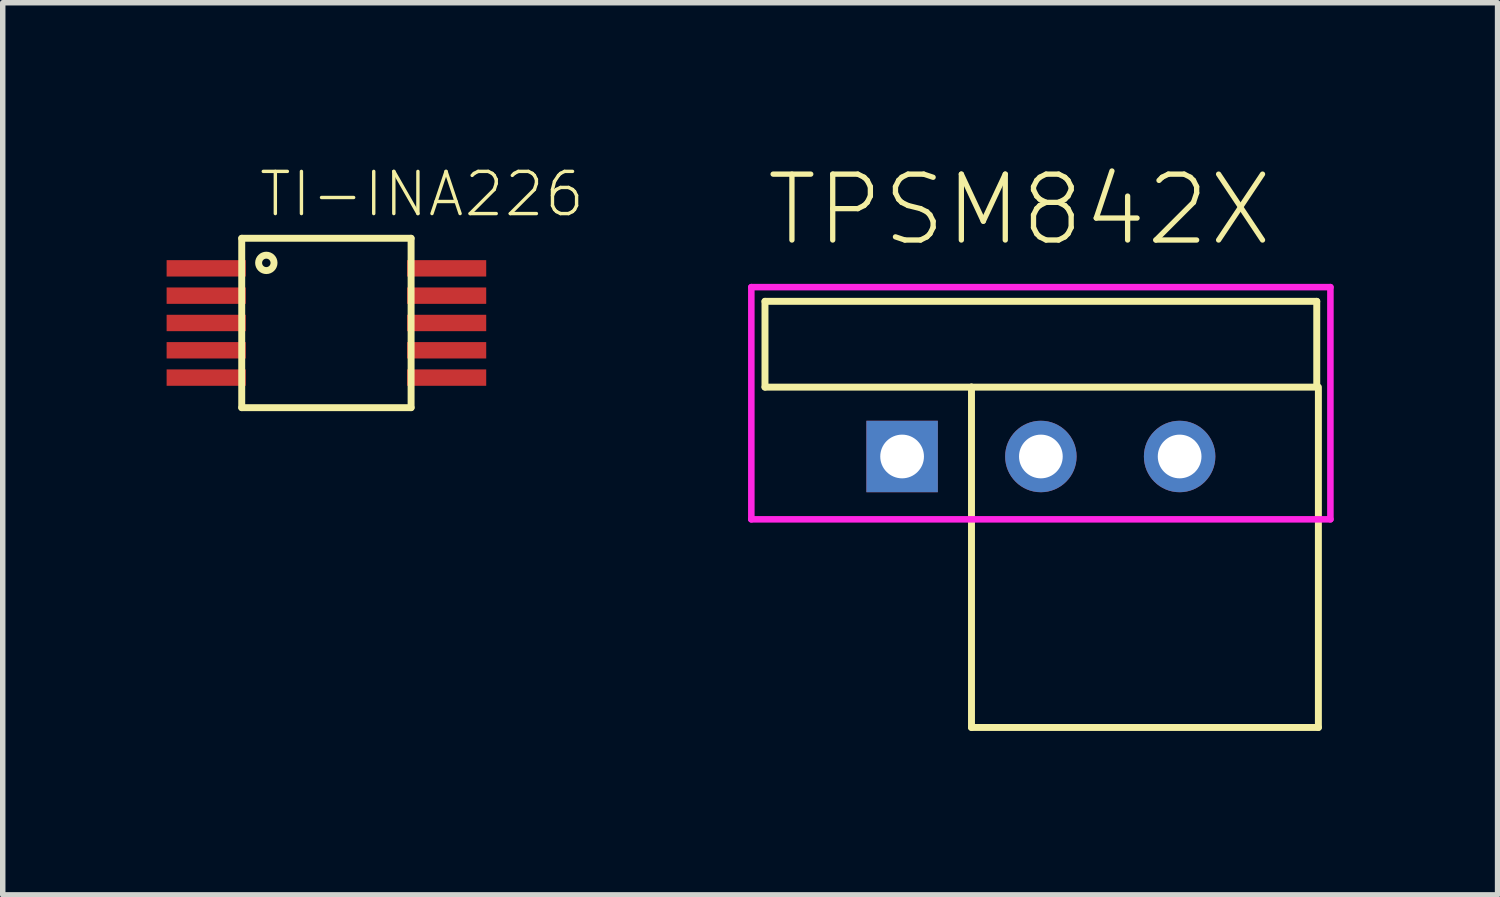
<source format=kicad_pcb>
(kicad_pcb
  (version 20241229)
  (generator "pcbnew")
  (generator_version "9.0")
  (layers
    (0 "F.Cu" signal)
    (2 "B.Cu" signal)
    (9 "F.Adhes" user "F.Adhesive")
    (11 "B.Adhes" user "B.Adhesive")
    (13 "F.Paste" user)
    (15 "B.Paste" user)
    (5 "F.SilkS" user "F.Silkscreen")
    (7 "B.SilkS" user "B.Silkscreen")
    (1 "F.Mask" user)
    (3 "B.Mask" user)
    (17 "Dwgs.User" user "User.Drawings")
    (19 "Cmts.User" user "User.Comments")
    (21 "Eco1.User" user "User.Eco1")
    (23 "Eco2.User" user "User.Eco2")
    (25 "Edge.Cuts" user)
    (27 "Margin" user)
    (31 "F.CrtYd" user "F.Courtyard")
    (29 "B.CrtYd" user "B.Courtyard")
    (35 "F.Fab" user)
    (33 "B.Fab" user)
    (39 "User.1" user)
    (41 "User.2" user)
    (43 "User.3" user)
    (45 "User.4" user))
  (footprint "TPSM842X"
    (layer "F.Cu")
    (at 16.003 5.306)
    (property "Reference" "TPSM842X" (at -5.08 -3.81 0) (layer "F.SilkS") (effects (font (size 1.206 1.206) (thickness 0.097)) (justify left bottom)))
    (attr through_hole)
    (fp_line (start -5.05 -2.84) (end -5.05 -1.27) (stroke (width 0.127) (type solid)) (layer "F.SilkS"))
    (fp_line (start -5.05 -1.27) (end -1.27 -1.27) (stroke (width 0.127) (type solid)) (layer "F.SilkS"))
    (fp_line (start -1.27 -1.27) (end -1.27 4.96) (stroke (width 0.127) (type solid)) (layer "F.SilkS"))
    (fp_line (start -1.27 -1.27) (end 5.05 -1.27) (stroke (width 0.127) (type solid)) (layer "F.SilkS"))
    (fp_line (start -1.27 4.96) (end 5.08 4.96) (stroke (width 0.127) (type solid)) (layer "F.SilkS"))
    (fp_line (start 5.05 -2.84) (end -5.05 -2.84) (stroke (width 0.127) (type solid)) (layer "F.SilkS"))
    (fp_line (start 5.05 -1.27) (end 5.05 -2.84) (stroke (width 0.127) (type solid)) (layer "F.SilkS"))
    (fp_line (start 5.08 4.96) (end 5.08 -1.27) (stroke (width 0.127) (type solid)) (layer "F.SilkS"))
    (fp_line (start -5.3 -3.1) (end -5.3 1.15) (stroke (width 0.12) (type solid)) (layer "F.CrtYd"))
    (fp_line (start -5.3 1.15) (end 5.3 1.15) (stroke (width 0.12) (type solid)) (layer "F.CrtYd"))
    (fp_line (start 5.3 -3.1) (end -5.3 -3.1) (stroke (width 0.12) (type solid)) (layer "F.CrtYd"))
    (fp_line (start 5.3 1.15) (end 5.3 -3.1) (stroke (width 0.12) (type solid)) (layer "F.CrtYd"))
    (pad "P$1" thru_hole rect (at -2.54 0) (size 1.308 1.308) (drill 0.8) (layers "*.Cu" "*.Mask"))
    (pad "P$2" thru_hole circle (at 0 0) (size 1.308 1.308) (drill 0.8) (layers "*.Cu" "*.Mask"))
    (pad "P$3" thru_hole circle (at 2.54 0) (size 1.308 1.308) (drill 0.8) (layers "*.Cu" "*.Mask")))
  (footprint "TI-INA226"
    (layer "F.Cu")
    (at 2.925 2.862)
    (property "Reference" "TI-INA226" (at -1.27 -1.905 0) (layer "F.SilkS") (effects (font (size 0.772 0.772) (thickness 0.062)) (justify left bottom)))
    (attr through_hole)
    (fp_line (start -1.55 -1.55) (end -1.55 1.55) (stroke (width 0.127) (type solid)) (layer "F.SilkS"))
    (fp_line (start -1.55 1.55) (end 1.55 1.55) (stroke (width 0.127) (type solid)) (layer "F.SilkS"))
    (fp_line (start 1.55 -1.55) (end -1.55 -1.55) (stroke (width 0.127) (type solid)) (layer "F.SilkS"))
    (fp_line (start 1.55 1.55) (end 1.55 -1.55) (stroke (width 0.127) (type solid)) (layer "F.SilkS"))
    (fp_circle (center -1.1 -1.1) (end -0.959 -1.1) (stroke (width 0.127) (type solid)) (fill no) (layer "F.SilkS"))
    (pad "1" smd rect (at -2.2 -1) (size 1.45 0.3) (layers "F.Cu" "F.Mask" "F.Paste"))
    (pad "2" smd rect (at -2.2 -0.5) (size 1.45 0.3) (layers "F.Cu" "F.Mask" "F.Paste"))
    (pad "3" smd rect (at -2.2 0) (size 1.45 0.3) (layers "F.Cu" "F.Mask" "F.Paste"))
    (pad "4" smd rect (at -2.2 0.5) (size 1.45 0.3) (layers "F.Cu" "F.Mask" "F.Paste"))
    (pad "5" smd rect (at -2.2 1) (size 1.45 0.3) (layers "F.Cu" "F.Mask" "F.Paste"))
    (pad "6" smd rect (at 2.2 1) (size 1.45 0.3) (layers "F.Cu" "F.Mask" "F.Paste"))
    (pad "7" smd rect (at 2.2 0.5) (size 1.45 0.3) (layers "F.Cu" "F.Mask" "F.Paste"))
    (pad "8" smd rect (at 2.2 0) (size 1.45 0.3) (layers "F.Cu" "F.Mask" "F.Paste"))
    (pad "9" smd rect (at 2.2 -0.5) (size 1.45 0.3) (layers "F.Cu" "F.Mask" "F.Paste"))
    (pad "10" smd rect (at 2.2 -1) (size 1.45 0.3) (layers "F.Cu" "F.Mask" "F.Paste")))
  (gr_rect
    (start -3 -3)
    (end 24.363 13.33)
    (stroke (width 0.1) (type default))
    (fill no)
    (layer "Edge.Cuts")))
</source>
